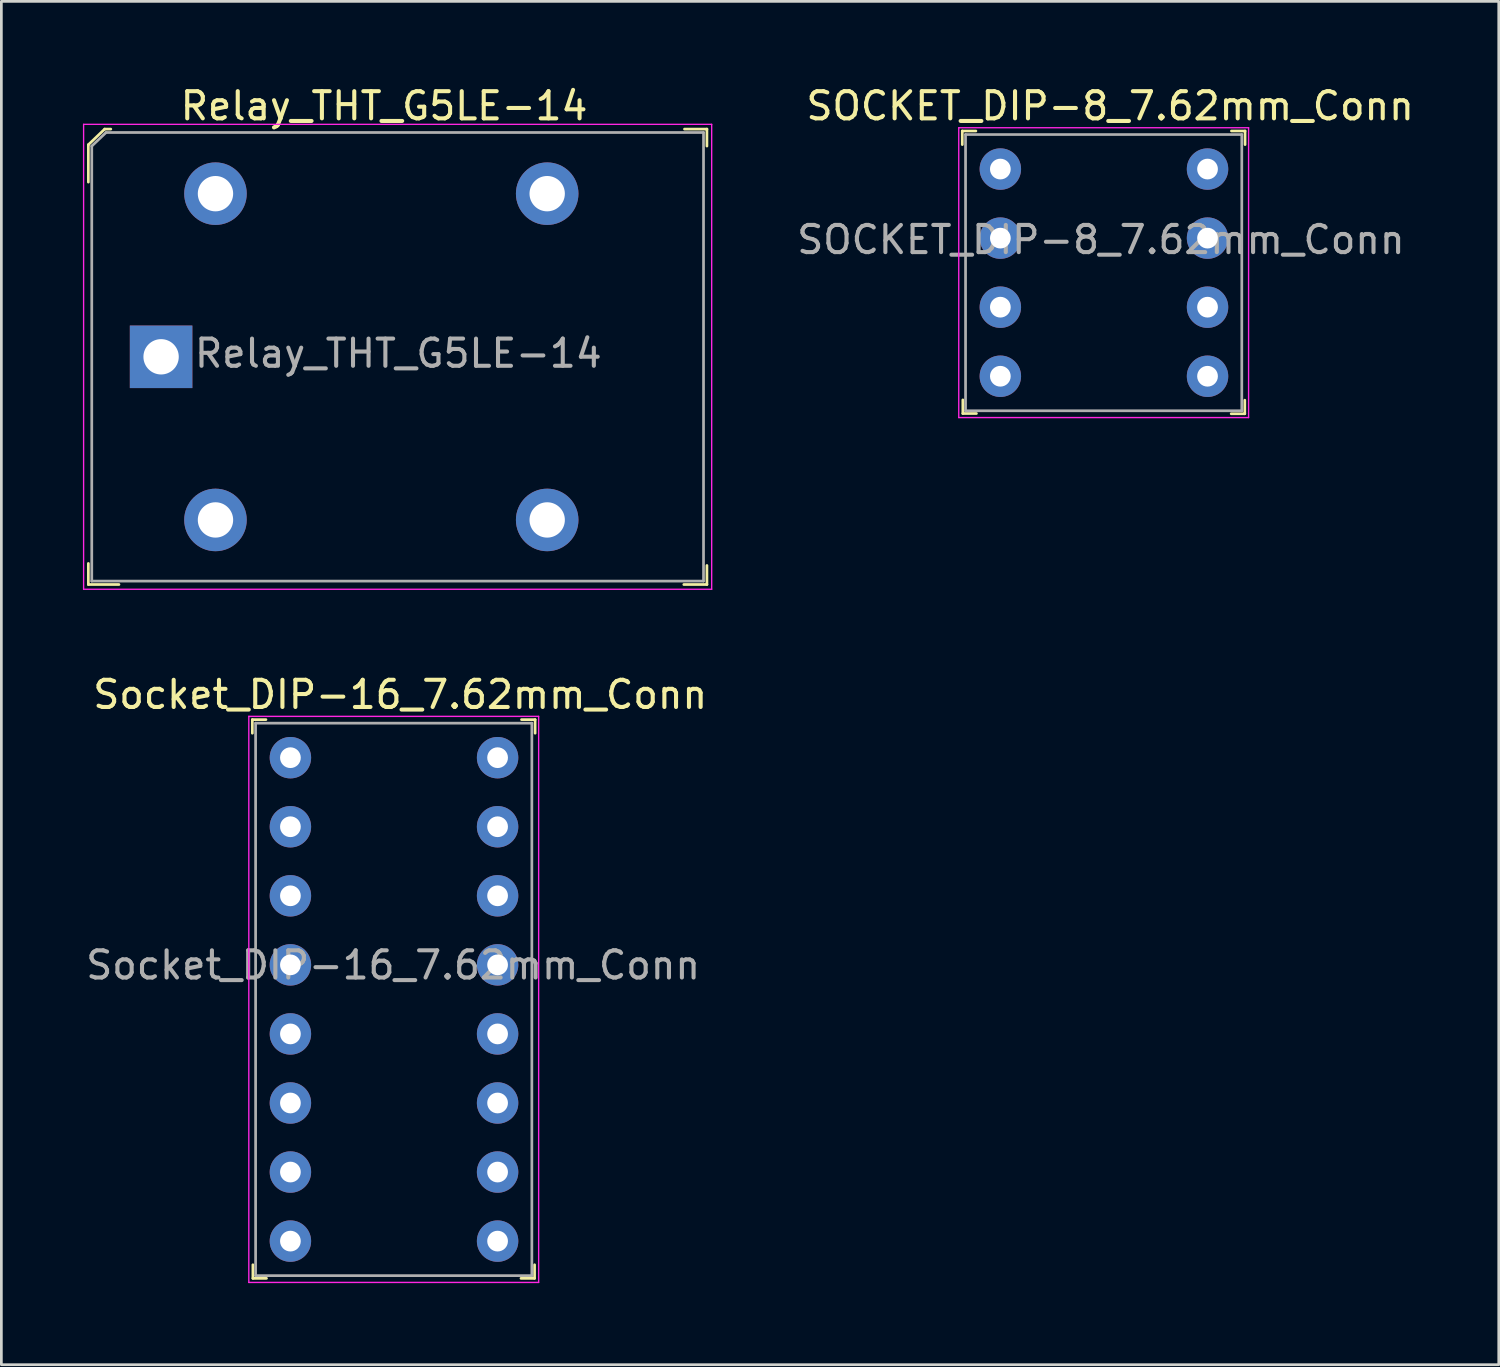
<source format=kicad_pcb>
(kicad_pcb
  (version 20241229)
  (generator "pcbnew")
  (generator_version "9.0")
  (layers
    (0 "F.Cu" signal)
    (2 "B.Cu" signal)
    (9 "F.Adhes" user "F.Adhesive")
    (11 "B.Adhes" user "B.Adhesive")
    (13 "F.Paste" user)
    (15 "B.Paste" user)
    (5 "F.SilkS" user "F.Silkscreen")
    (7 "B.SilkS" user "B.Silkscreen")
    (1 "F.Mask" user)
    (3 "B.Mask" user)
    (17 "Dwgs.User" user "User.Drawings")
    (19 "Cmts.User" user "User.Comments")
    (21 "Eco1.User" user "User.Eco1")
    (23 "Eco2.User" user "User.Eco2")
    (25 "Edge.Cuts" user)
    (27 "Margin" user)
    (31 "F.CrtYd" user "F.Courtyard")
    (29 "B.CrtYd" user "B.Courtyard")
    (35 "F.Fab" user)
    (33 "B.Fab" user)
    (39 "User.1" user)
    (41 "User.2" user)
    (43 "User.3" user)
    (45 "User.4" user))
  (footprint "Relay_THT_G5LE-14"
    (layer "F.Cu")
    (at 2.875 10.073)
    (property "Reference" "Relay_THT_G5LE-14" (at 8.2 -9.225 0) (layer "F.SilkS") (effects (font (size 1 1) (thickness 0.15))))
    (attr through_hole)
    (fp_line (start -2.675 -7.8) (end -2.675 -6.425) (stroke (width 0.1) (type solid)) (layer "F.SilkS"))
    (fp_line (start -2.675 8.375) (end -2.675 7.6) (stroke (width 0.1) (type solid)) (layer "F.SilkS"))
    (fp_line (start -2.075 -8.375) (end -2.675 -7.8) (stroke (width 0.1) (type solid)) (layer "F.SilkS"))
    (fp_line (start -1.85 -8.375) (end -2.075 -8.375) (stroke (width 0.1) (type solid)) (layer "F.SilkS"))
    (fp_line (start -1.55 8.375) (end -2.675 8.375) (stroke (width 0.1) (type solid)) (layer "F.SilkS"))
    (fp_line (start 19.25 -8.375) (end 20.075 -8.375) (stroke (width 0.1) (type solid)) (layer "F.SilkS"))
    (fp_line (start 20.075 -8.375) (end 20.075 -7.75) (stroke (width 0.1) (type solid)) (layer "F.SilkS"))
    (fp_line (start 20.075 7.675) (end 20.075 8.375) (stroke (width 0.1) (type solid)) (layer "F.SilkS"))
    (fp_line (start 20.075 8.375) (end 19.225 8.375) (stroke (width 0.1) (type solid)) (layer "F.SilkS"))
    (fp_line (start -2.85 -8.55) (end -2.85 8.55) (stroke (width 0.05) (type solid)) (layer "F.CrtYd"))
    (fp_line (start -2.85 -8.55) (end 20.25 -8.55) (stroke (width 0.05) (type solid)) (layer "F.CrtYd"))
    (fp_line (start 20.25 -8.55) (end 20.25 8.55) (stroke (width 0.05) (type solid)) (layer "F.CrtYd"))
    (fp_line (start 20.25 8.55) (end -2.85 8.55) (stroke (width 0.05) (type solid)) (layer "F.CrtYd"))
    (fp_line (start -2.55 -7.75) (end -2.55 8.25) (stroke (width 0.1) (type solid)) (layer "F.Fab"))
    (fp_line (start -2.55 8.25) (end 19.95 8.25) (stroke (width 0.1) (type solid)) (layer "F.Fab"))
    (fp_line (start -2.025 -8.25) (end -2.55 -7.75) (stroke (width 0.1) (type solid)) (layer "F.Fab"))
    (fp_line (start -2.025 -8.25) (end 19.95 -8.25) (stroke (width 0.1) (type solid)) (layer "F.Fab"))
    (fp_line (start 19.95 -8.25) (end 19.95 8.25) (stroke (width 0.1) (type solid)) (layer "F.Fab"))
    (fp_text user "${REFERENCE}" (at 8.725 -0.125 0) (layer "F.Fab") (effects (font (size 1 1) (thickness 0.15))))
    (pad "1" thru_hole rect (at 0 0) (size 2.3 2.3) (drill 1.3) (layers "*.Cu" "*.Mask"))
    (pad "2" thru_hole circle (at 2 6) (size 2.3 2.3) (drill 1.3) (layers "*.Cu" "*.Mask"))
    (pad "3" thru_hole circle (at 14.2 6) (size 2.3 2.3) (drill 1.3) (layers "*.Cu" "*.Mask"))
    (pad "4" thru_hole circle (at 14.2 -6) (size 2.3 2.3) (drill 1.3) (layers "*.Cu" "*.Mask"))
    (pad "5" thru_hole circle (at 2 -6) (size 2.3 2.3) (drill 1.3) (layers "*.Cu" "*.Mask")))
  (footprint "Socket_DIP-16_7.62mm_Conn"
    (layer "F.Cu")
    (at 7.631 24.817)
    (property "Reference" "Socket_DIP-16_7.62mm_Conn" (at 4.04 -2.32 0) (layer "F.SilkS") (effects (font (size 1 1) (thickness 0.15))))
    (attr through_hole)
    (fp_line (start -1.4 -1.4) (end -1.4 -0.9) (stroke (width 0.1) (type solid)) (layer "F.SilkS"))
    (fp_line (start -1.4 -1.4) (end -0.9 -1.4) (stroke (width 0.1) (type solid)) (layer "F.SilkS"))
    (fp_line (start -1.38 19.15) (end -1.38 18.65) (stroke (width 0.1) (type solid)) (layer "F.SilkS"))
    (fp_line (start -1.38 19.15) (end -0.88 19.15) (stroke (width 0.1) (type solid)) (layer "F.SilkS"))
    (fp_line (start 8.98 19.15) (end 8.48 19.15) (stroke (width 0.1) (type solid)) (layer "F.SilkS"))
    (fp_line (start 8.98 19.15) (end 8.98 18.65) (stroke (width 0.1) (type solid)) (layer "F.SilkS"))
    (fp_line (start 9 -1.4) (end 8.5 -1.4) (stroke (width 0.1) (type solid)) (layer "F.SilkS"))
    (fp_line (start 9 -1.4) (end 9 -0.9) (stroke (width 0.1) (type solid)) (layer "F.SilkS"))
    (fp_line (start -1.53 -1.52) (end -1.53 19.3) (stroke (width 0.05) (type solid)) (layer "F.CrtYd"))
    (fp_line (start 9.13 -1.52) (end -1.53 -1.52) (stroke (width 0.05) (type solid)) (layer "F.CrtYd"))
    (fp_line (start 9.13 -1.52) (end 9.13 19.3) (stroke (width 0.05) (type solid)) (layer "F.CrtYd"))
    (fp_line (start 9.13 19.3) (end -1.53 19.3) (stroke (width 0.05) (type solid)) (layer "F.CrtYd"))
    (fp_line (start -1.28 -1.27) (end -1.28 19.05) (stroke (width 0.1) (type solid)) (layer "F.Fab"))
    (fp_line (start -1.28 -1.27) (end 8.88 -1.27) (stroke (width 0.1) (type solid)) (layer "F.Fab"))
    (fp_line (start -1.28 19.05) (end 8.88 19.05) (stroke (width 0.1) (type solid)) (layer "F.Fab"))
    (fp_line (start 8.88 -1.27) (end 8.88 19.05) (stroke (width 0.1) (type solid)) (layer "F.Fab"))
    (fp_text user "${REFERENCE}" (at 3.78 7.63 0) (layer "F.Fab") (effects (font (size 1 1) (thickness 0.15))))
    (pad "1" thru_hole circle (at 0 0) (size 1.524 1.524) (drill 0.762) (layers "*.Cu" "*.Mask"))
    (pad "2" thru_hole circle (at 0 2.54) (size 1.524 1.524) (drill 0.762) (layers "*.Cu" "*.Mask"))
    (pad "3" thru_hole circle (at 0 5.08) (size 1.524 1.524) (drill 0.762) (layers "*.Cu" "*.Mask"))
    (pad "4" thru_hole circle (at 0 7.62) (size 1.524 1.524) (drill 0.762) (layers "*.Cu" "*.Mask"))
    (pad "5" thru_hole circle (at 0 10.16) (size 1.524 1.524) (drill 0.762) (layers "*.Cu" "*.Mask"))
    (pad "6" thru_hole circle (at 0 12.7) (size 1.524 1.524) (drill 0.762) (layers "*.Cu" "*.Mask"))
    (pad "7" thru_hole circle (at 0 15.24) (size 1.524 1.524) (drill 0.762) (layers "*.Cu" "*.Mask"))
    (pad "8" thru_hole circle (at 0 17.78) (size 1.524 1.524) (drill 0.762) (layers "*.Cu" "*.Mask"))
    (pad "9" thru_hole circle (at 7.62 17.78) (size 1.524 1.524) (drill 0.762) (layers "*.Cu" "*.Mask"))
    (pad "10" thru_hole circle (at 7.62 15.24) (size 1.524 1.524) (drill 0.762) (layers "*.Cu" "*.Mask"))
    (pad "11" thru_hole circle (at 7.62 12.7) (size 1.524 1.524) (drill 0.762) (layers "*.Cu" "*.Mask"))
    (pad "12" thru_hole circle (at 7.62 10.16) (size 1.524 1.524) (drill 0.762) (layers "*.Cu" "*.Mask"))
    (pad "13" thru_hole circle (at 7.62 7.62) (size 1.524 1.524) (drill 0.762) (layers "*.Cu" "*.Mask"))
    (pad "14" thru_hole circle (at 7.62 5.08) (size 1.524 1.524) (drill 0.762) (layers "*.Cu" "*.Mask"))
    (pad "15" thru_hole circle (at 7.62 2.54) (size 1.524 1.524) (drill 0.762) (layers "*.Cu" "*.Mask"))
    (pad "16" thru_hole circle (at 7.62 0) (size 1.524 1.524) (drill 0.762) (layers "*.Cu" "*.Mask")))
  (footprint "SOCKET_DIP-8_7.62mm_Conn"
    (layer "F.Cu")
    (at 33.742 3.168)
    (property "Reference" "SOCKET_DIP-8_7.62mm_Conn" (at 4.04 -2.32 0) (layer "F.SilkS") (effects (font (size 1 1) (thickness 0.15))))
    (attr through_hole)
    (fp_line (start -1.4 -1.4) (end -1.4 -0.9) (stroke (width 0.1) (type solid)) (layer "F.SilkS"))
    (fp_line (start -1.4 -1.4) (end -0.9 -1.4) (stroke (width 0.1) (type solid)) (layer "F.SilkS"))
    (fp_line (start -1.38 8.99) (end -1.38 8.49) (stroke (width 0.1) (type solid)) (layer "F.SilkS"))
    (fp_line (start -1.38 8.99) (end -0.88 8.99) (stroke (width 0.1) (type solid)) (layer "F.SilkS"))
    (fp_line (start 8.99 9) (end 8.49 9) (stroke (width 0.1) (type solid)) (layer "F.SilkS"))
    (fp_line (start 8.99 9) (end 8.99 8.5) (stroke (width 0.1) (type solid)) (layer "F.SilkS"))
    (fp_line (start 9 -1.4) (end 8.5 -1.4) (stroke (width 0.1) (type solid)) (layer "F.SilkS"))
    (fp_line (start 9 -1.4) (end 9 -0.9) (stroke (width 0.1) (type solid)) (layer "F.SilkS"))
    (fp_line (start -1.53 -1.52) (end -1.53 9.14) (stroke (width 0.05) (type solid)) (layer "F.CrtYd"))
    (fp_line (start 9.13 -1.52) (end -1.53 -1.52) (stroke (width 0.05) (type solid)) (layer "F.CrtYd"))
    (fp_line (start 9.13 -1.52) (end 9.13 9.14) (stroke (width 0.05) (type solid)) (layer "F.CrtYd"))
    (fp_line (start 9.13 9.14) (end -1.53 9.14) (stroke (width 0.05) (type solid)) (layer "F.CrtYd"))
    (fp_line (start -1.28 -1.27) (end -1.28 8.89) (stroke (width 0.1) (type solid)) (layer "F.Fab"))
    (fp_line (start -1.28 -1.27) (end 8.88 -1.27) (stroke (width 0.1) (type solid)) (layer "F.Fab"))
    (fp_line (start -1.28 8.89) (end 8.88 8.89) (stroke (width 0.1) (type solid)) (layer "F.Fab"))
    (fp_line (start 8.88 -1.27) (end 8.88 8.89) (stroke (width 0.1) (type solid)) (layer "F.Fab"))
    (fp_text user "${REFERENCE}" (at 3.7 2.6 0) (layer "F.Fab") (effects (font (size 1 1) (thickness 0.15))))
    (pad "1" thru_hole circle (at 0 0) (size 1.524 1.524) (drill 0.762) (layers "*.Cu" "*.Mask"))
    (pad "2" thru_hole circle (at 0 2.54) (size 1.524 1.524) (drill 0.762) (layers "*.Cu" "*.Mask"))
    (pad "3" thru_hole circle (at 0 5.08) (size 1.524 1.524) (drill 0.762) (layers "*.Cu" "*.Mask"))
    (pad "4" thru_hole circle (at 0 7.62) (size 1.524 1.524) (drill 0.762) (layers "*.Cu" "*.Mask"))
    (pad "5" thru_hole circle (at 7.62 7.62) (size 1.524 1.524) (drill 0.762) (layers "*.Cu" "*.Mask"))
    (pad "6" thru_hole circle (at 7.62 5.08) (size 1.524 1.524) (drill 0.762) (layers "*.Cu" "*.Mask"))
    (pad "7" thru_hole circle (at 7.62 2.54) (size 1.524 1.524) (drill 0.762) (layers "*.Cu" "*.Mask"))
    (pad "8" thru_hole circle (at 7.62 0) (size 1.524 1.524) (drill 0.762) (layers "*.Cu" "*.Mask")))
  (gr_rect
    (start -3 -3)
    (end 52.073 47.142)
    (stroke (width 0.1) (type default))
    (fill no)
    (layer "Edge.Cuts")))
</source>
